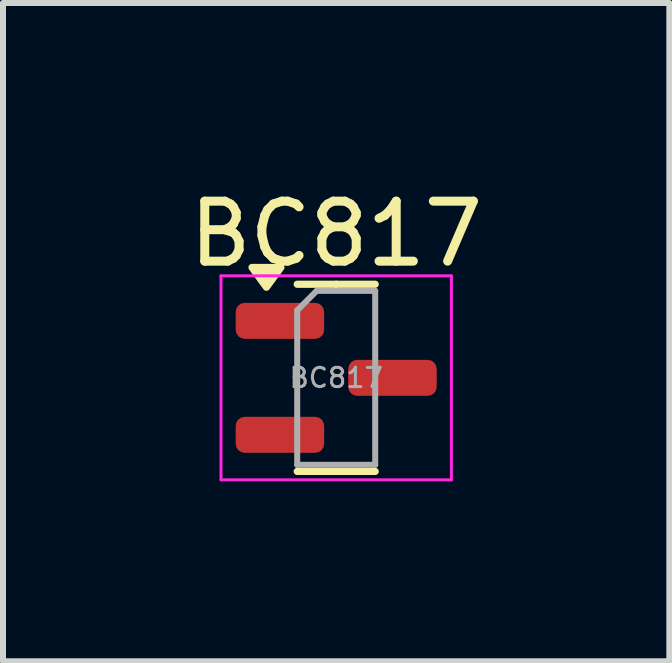
<source format=kicad_pcb>
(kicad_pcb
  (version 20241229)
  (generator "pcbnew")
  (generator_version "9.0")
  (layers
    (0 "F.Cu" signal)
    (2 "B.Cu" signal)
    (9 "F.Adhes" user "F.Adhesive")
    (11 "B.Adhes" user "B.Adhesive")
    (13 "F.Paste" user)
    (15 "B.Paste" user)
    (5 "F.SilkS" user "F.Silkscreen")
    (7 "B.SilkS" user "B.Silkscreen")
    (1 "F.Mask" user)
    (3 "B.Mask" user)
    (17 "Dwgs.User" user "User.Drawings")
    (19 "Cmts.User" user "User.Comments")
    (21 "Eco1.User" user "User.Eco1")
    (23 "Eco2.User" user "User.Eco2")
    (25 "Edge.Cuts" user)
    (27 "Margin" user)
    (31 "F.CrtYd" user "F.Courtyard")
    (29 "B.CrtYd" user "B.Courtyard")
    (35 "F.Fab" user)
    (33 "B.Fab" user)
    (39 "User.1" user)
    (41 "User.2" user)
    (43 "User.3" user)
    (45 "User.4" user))
  (footprint "BC817"
    (layer "F.Cu")
    (at 2.554 3.248)
    (property "Reference" "BC817" (at 0 -2.4 0) (layer "F.SilkS") (effects (font (size 1 1) (thickness 0.15))))
    (attr smd)
    (fp_line (start 0 -1.56) (end -0.65 -1.56) (stroke (width 0.12) (type solid)) (layer "F.SilkS"))
    (fp_line (start 0 -1.56) (end 0.65 -1.56) (stroke (width 0.12) (type solid)) (layer "F.SilkS"))
    (fp_line (start 0 1.56) (end -0.65 1.56) (stroke (width 0.12) (type solid)) (layer "F.SilkS"))
    (fp_line (start 0 1.56) (end 0.65 1.56) (stroke (width 0.12) (type solid)) (layer "F.SilkS"))
    (fp_poly (pts (xy -1.163 -1.51) (xy -1.403 -1.84) (xy -0.922 -1.84) (xy -1.163 -1.51)) (stroke (width 0.12) (type solid)) (fill yes) (layer "F.SilkS"))
    (fp_line (start -1.92 -1.7) (end -1.92 1.7) (stroke (width 0.05) (type solid)) (layer "F.CrtYd"))
    (fp_line (start -1.92 1.7) (end 1.92 1.7) (stroke (width 0.05) (type solid)) (layer "F.CrtYd"))
    (fp_line (start 1.92 -1.7) (end -1.92 -1.7) (stroke (width 0.05) (type solid)) (layer "F.CrtYd"))
    (fp_line (start 1.92 1.7) (end 1.92 -1.7) (stroke (width 0.05) (type solid)) (layer "F.CrtYd"))
    (fp_line (start -0.65 -1.125) (end -0.325 -1.45) (stroke (width 0.1) (type solid)) (layer "F.Fab"))
    (fp_line (start -0.65 1.45) (end -0.65 -1.125) (stroke (width 0.1) (type solid)) (layer "F.Fab"))
    (fp_line (start -0.325 -1.45) (end 0.65 -1.45) (stroke (width 0.1) (type solid)) (layer "F.Fab"))
    (fp_line (start 0.65 -1.45) (end 0.65 1.45) (stroke (width 0.1) (type solid)) (layer "F.Fab"))
    (fp_line (start 0.65 1.45) (end -0.65 1.45) (stroke (width 0.1) (type solid)) (layer "F.Fab"))
    (fp_text user "${REFERENCE}" (at 0 0 0) (layer "F.Fab") (effects (font (size 0.32 0.32) (thickness 0.05))))
    (pad "1" smd roundrect (at -0.938 -0.95) (size 1.475 0.6) (layers "F.Cu" "F.Mask" "F.Paste") (roundrect_rratio 0.25))
    (pad "2" smd roundrect (at -0.938 0.95) (size 1.475 0.6) (layers "F.Cu" "F.Mask" "F.Paste") (roundrect_rratio 0.25))
    (pad "3" smd roundrect (at 0.938 0) (size 1.475 0.6) (layers "F.Cu" "F.Mask" "F.Paste") (roundrect_rratio 0.25)))
  (gr_rect
    (start -3 -3)
    (end 8.107 7.973)
    (stroke (width 0.1) (type default))
    (fill no)
    (layer "Edge.Cuts")))
</source>
